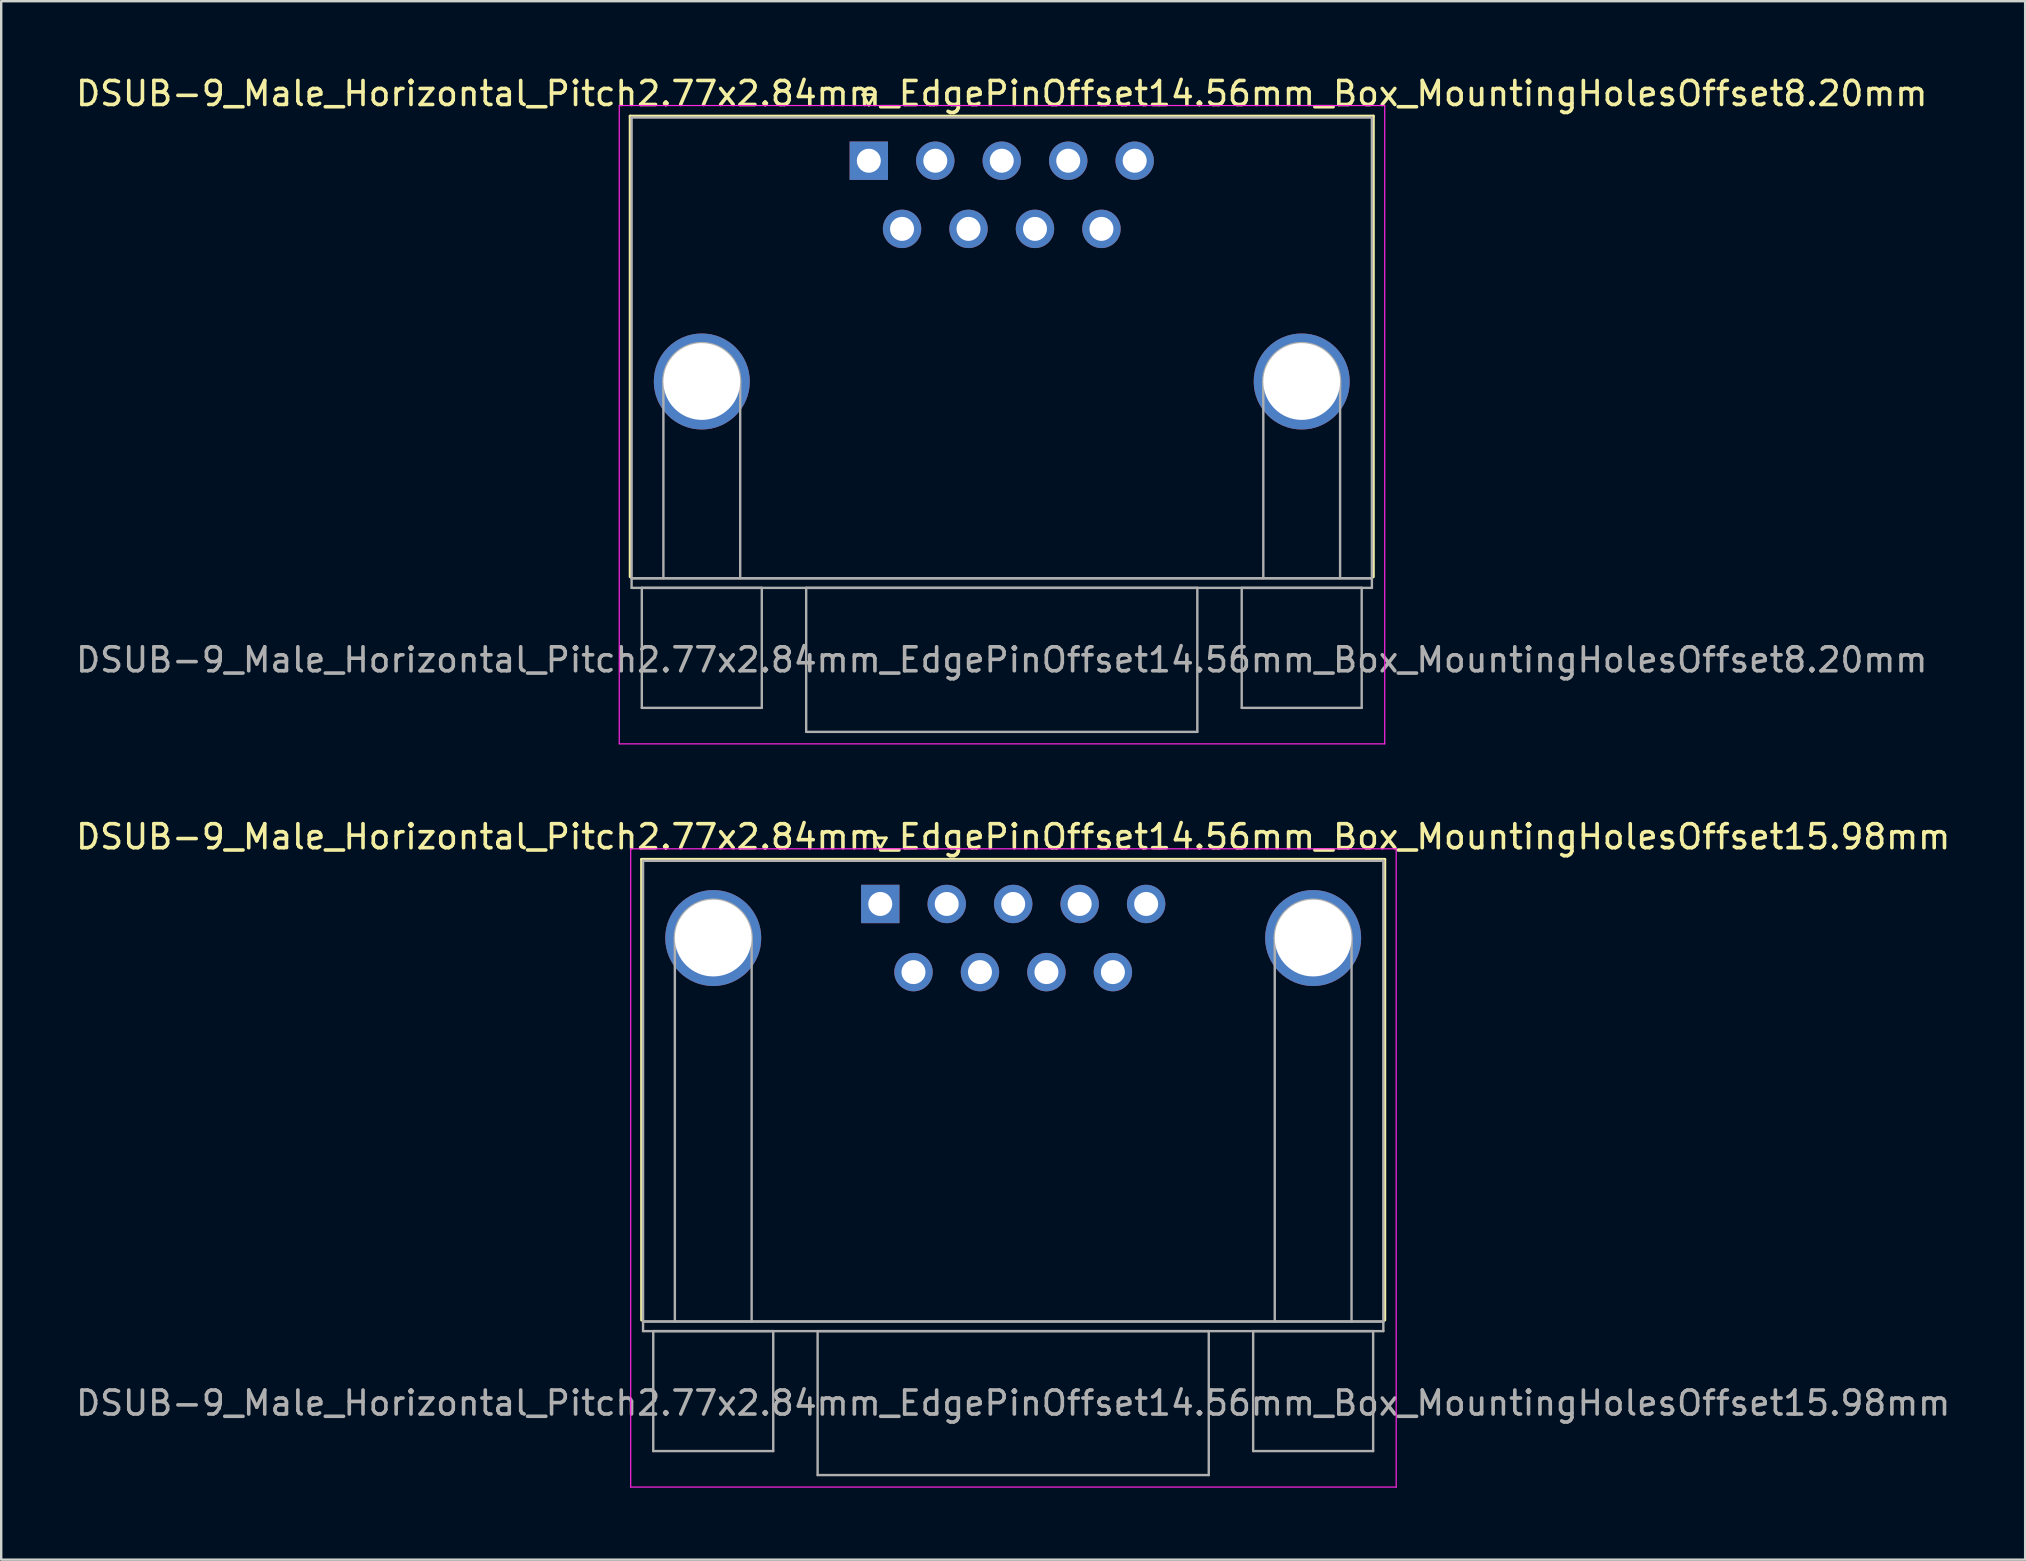
<source format=kicad_pcb>
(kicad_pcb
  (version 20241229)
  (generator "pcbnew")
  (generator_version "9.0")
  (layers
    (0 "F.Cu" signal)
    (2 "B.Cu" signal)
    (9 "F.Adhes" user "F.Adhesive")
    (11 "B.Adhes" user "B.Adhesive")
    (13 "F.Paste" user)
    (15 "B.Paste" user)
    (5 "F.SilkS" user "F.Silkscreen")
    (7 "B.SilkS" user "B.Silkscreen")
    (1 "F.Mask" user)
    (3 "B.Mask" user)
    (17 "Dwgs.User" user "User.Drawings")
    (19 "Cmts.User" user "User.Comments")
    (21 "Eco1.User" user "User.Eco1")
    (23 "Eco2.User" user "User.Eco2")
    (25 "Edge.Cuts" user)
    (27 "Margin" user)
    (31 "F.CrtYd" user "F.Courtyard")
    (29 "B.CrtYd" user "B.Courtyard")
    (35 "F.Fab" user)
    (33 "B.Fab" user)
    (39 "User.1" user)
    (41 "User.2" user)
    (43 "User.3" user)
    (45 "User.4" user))
  (footprint "DSUB-9_Male_Horizontal_Pitch2.77x2.84mm_EdgePinOffset14.56mm_Box_MountingHolesOffset15.98mm"
    (layer "F.Cu")
    (at 33.633 34.621)
    (property "Reference" "DSUB-9_Male_Horizontal_Pitch2.77x2.84mm_EdgePinOffset14.56mm_Box_MountingHolesOffset15.98mm" (at 5.54 -2.8 0) (layer "F.SilkS") (effects (font (size 1 1) (thickness 0.15))))
    (attr through_hole)
    (fp_line (start -9.945 -1.86) (end 21.025 -1.86) (stroke (width 0.12) (type solid)) (layer "F.SilkS"))
    (fp_line (start -9.945 17.34) (end -9.945 -1.86) (stroke (width 0.12) (type solid)) (layer "F.SilkS"))
    (fp_line (start -0.25 -2.754) (end 0.25 -2.754) (stroke (width 0.12) (type solid)) (layer "F.SilkS"))
    (fp_line (start 0 -2.321) (end -0.25 -2.754) (stroke (width 0.12) (type solid)) (layer "F.SilkS"))
    (fp_line (start 0.25 -2.754) (end 0 -2.321) (stroke (width 0.12) (type solid)) (layer "F.SilkS"))
    (fp_line (start 21.025 -1.86) (end 21.025 17.34) (stroke (width 0.12) (type solid)) (layer "F.SilkS"))
    (fp_line (start -10.4 -2.3) (end -10.4 24.3) (stroke (width 0.05) (type solid)) (layer "F.CrtYd"))
    (fp_line (start -10.4 24.3) (end 21.5 24.3) (stroke (width 0.05) (type solid)) (layer "F.CrtYd"))
    (fp_line (start 21.5 -2.3) (end -10.4 -2.3) (stroke (width 0.05) (type solid)) (layer "F.CrtYd"))
    (fp_line (start 21.5 24.3) (end 21.5 -2.3) (stroke (width 0.05) (type solid)) (layer "F.CrtYd"))
    (fp_line (start -9.885 -1.8) (end -9.885 17.4) (stroke (width 0.1) (type solid)) (layer "F.Fab"))
    (fp_line (start -9.885 17.4) (end -9.885 17.8) (stroke (width 0.1) (type solid)) (layer "F.Fab"))
    (fp_line (start -9.885 17.4) (end 20.965 17.4) (stroke (width 0.1) (type solid)) (layer "F.Fab"))
    (fp_line (start -9.885 17.8) (end 20.965 17.8) (stroke (width 0.1) (type solid)) (layer "F.Fab"))
    (fp_line (start -9.46 17.8) (end -9.46 22.8) (stroke (width 0.1) (type solid)) (layer "F.Fab"))
    (fp_line (start -9.46 22.8) (end -4.46 22.8) (stroke (width 0.1) (type solid)) (layer "F.Fab"))
    (fp_line (start -8.56 17.4) (end -8.56 1.42) (stroke (width 0.1) (type solid)) (layer "F.Fab"))
    (fp_line (start -5.36 17.4) (end -5.36 1.42) (stroke (width 0.1) (type solid)) (layer "F.Fab"))
    (fp_line (start -4.46 17.8) (end -9.46 17.8) (stroke (width 0.1) (type solid)) (layer "F.Fab"))
    (fp_line (start -4.46 22.8) (end -4.46 17.8) (stroke (width 0.1) (type solid)) (layer "F.Fab"))
    (fp_line (start -2.61 17.8) (end -2.61 23.8) (stroke (width 0.1) (type solid)) (layer "F.Fab"))
    (fp_line (start -2.61 23.8) (end 13.69 23.8) (stroke (width 0.1) (type solid)) (layer "F.Fab"))
    (fp_line (start 13.69 17.8) (end -2.61 17.8) (stroke (width 0.1) (type solid)) (layer "F.Fab"))
    (fp_line (start 13.69 23.8) (end 13.69 17.8) (stroke (width 0.1) (type solid)) (layer "F.Fab"))
    (fp_line (start 15.54 17.8) (end 15.54 22.8) (stroke (width 0.1) (type solid)) (layer "F.Fab"))
    (fp_line (start 15.54 22.8) (end 20.54 22.8) (stroke (width 0.1) (type solid)) (layer "F.Fab"))
    (fp_line (start 16.44 17.4) (end 16.44 1.42) (stroke (width 0.1) (type solid)) (layer "F.Fab"))
    (fp_line (start 19.64 17.4) (end 19.64 1.42) (stroke (width 0.1) (type solid)) (layer "F.Fab"))
    (fp_line (start 20.54 17.8) (end 15.54 17.8) (stroke (width 0.1) (type solid)) (layer "F.Fab"))
    (fp_line (start 20.54 22.8) (end 20.54 17.8) (stroke (width 0.1) (type solid)) (layer "F.Fab"))
    (fp_line (start 20.965 -1.8) (end -9.885 -1.8) (stroke (width 0.1) (type solid)) (layer "F.Fab"))
    (fp_line (start 20.965 17.4) (end -9.885 17.4) (stroke (width 0.1) (type solid)) (layer "F.Fab"))
    (fp_line (start 20.965 17.4) (end 20.965 -1.8) (stroke (width 0.1) (type solid)) (layer "F.Fab"))
    (fp_line (start 20.965 17.8) (end 20.965 17.4) (stroke (width 0.1) (type solid)) (layer "F.Fab"))
    (fp_arc (start -8.56 1.42) (mid -6.96 -0.18) (end -5.36 1.42) (stroke (width 0.1) (type solid)) (layer "F.Fab"))
    (fp_arc (start 16.44 1.42) (mid 18.04 -0.18) (end 19.64 1.42) (stroke (width 0.1) (type solid)) (layer "F.Fab"))
    (fp_text user "${REFERENCE}" (at 5.54 20.8 0) (layer "F.Fab") (effects (font (size 1 1) (thickness 0.15))))
    (pad "0" thru_hole circle (at -6.96 1.42) (size 4 4) (drill 3.2) (layers "*.Cu" "*.Mask"))
    (pad "0" thru_hole circle (at 18.04 1.42) (size 4 4) (drill 3.2) (layers "*.Cu" "*.Mask"))
    (pad "1" thru_hole rect (at 0 0) (size 1.6 1.6) (drill 1) (layers "*.Cu" "*.Mask"))
    (pad "2" thru_hole circle (at 2.77 0) (size 1.6 1.6) (drill 1) (layers "*.Cu" "*.Mask"))
    (pad "3" thru_hole circle (at 5.54 0) (size 1.6 1.6) (drill 1) (layers "*.Cu" "*.Mask"))
    (pad "4" thru_hole circle (at 8.31 0) (size 1.6 1.6) (drill 1) (layers "*.Cu" "*.Mask"))
    (pad "5" thru_hole circle (at 11.08 0) (size 1.6 1.6) (drill 1) (layers "*.Cu" "*.Mask"))
    (pad "6" thru_hole circle (at 1.385 2.84) (size 1.6 1.6) (drill 1) (layers "*.Cu" "*.Mask"))
    (pad "7" thru_hole circle (at 4.155 2.84) (size 1.6 1.6) (drill 1) (layers "*.Cu" "*.Mask"))
    (pad "8" thru_hole circle (at 6.925 2.84) (size 1.6 1.6) (drill 1) (layers "*.Cu" "*.Mask"))
    (pad "9" thru_hole circle (at 9.695 2.84) (size 1.6 1.6) (drill 1) (layers "*.Cu" "*.Mask")))
  (footprint "DSUB-9_Male_Horizontal_Pitch2.77x2.84mm_EdgePinOffset14.56mm_Box_MountingHolesOffset8.20mm"
    (layer "F.Cu")
    (at 33.156 3.648)
    (property "Reference" "DSUB-9_Male_Horizontal_Pitch2.77x2.84mm_EdgePinOffset14.56mm_Box_MountingHolesOffset8.20mm" (at 5.54 -2.8 0) (layer "F.SilkS") (effects (font (size 1 1) (thickness 0.15))))
    (attr through_hole)
    (fp_line (start -9.945 -1.86) (end 21.025 -1.86) (stroke (width 0.12) (type solid)) (layer "F.SilkS"))
    (fp_line (start -9.945 17.34) (end -9.945 -1.86) (stroke (width 0.12) (type solid)) (layer "F.SilkS"))
    (fp_line (start -0.25 -2.754) (end 0.25 -2.754) (stroke (width 0.12) (type solid)) (layer "F.SilkS"))
    (fp_line (start 0 -2.321) (end -0.25 -2.754) (stroke (width 0.12) (type solid)) (layer "F.SilkS"))
    (fp_line (start 0.25 -2.754) (end 0 -2.321) (stroke (width 0.12) (type solid)) (layer "F.SilkS"))
    (fp_line (start 21.025 -1.86) (end 21.025 17.34) (stroke (width 0.12) (type solid)) (layer "F.SilkS"))
    (fp_line (start -10.4 -2.3) (end -10.4 24.3) (stroke (width 0.05) (type solid)) (layer "F.CrtYd"))
    (fp_line (start -10.4 24.3) (end 21.5 24.3) (stroke (width 0.05) (type solid)) (layer "F.CrtYd"))
    (fp_line (start 21.5 -2.3) (end -10.4 -2.3) (stroke (width 0.05) (type solid)) (layer "F.CrtYd"))
    (fp_line (start 21.5 24.3) (end 21.5 -2.3) (stroke (width 0.05) (type solid)) (layer "F.CrtYd"))
    (fp_line (start -9.885 -1.8) (end -9.885 17.4) (stroke (width 0.1) (type solid)) (layer "F.Fab"))
    (fp_line (start -9.885 17.4) (end -9.885 17.8) (stroke (width 0.1) (type solid)) (layer "F.Fab"))
    (fp_line (start -9.885 17.4) (end 20.965 17.4) (stroke (width 0.1) (type solid)) (layer "F.Fab"))
    (fp_line (start -9.885 17.8) (end 20.965 17.8) (stroke (width 0.1) (type solid)) (layer "F.Fab"))
    (fp_line (start -9.46 17.8) (end -9.46 22.8) (stroke (width 0.1) (type solid)) (layer "F.Fab"))
    (fp_line (start -9.46 22.8) (end -4.46 22.8) (stroke (width 0.1) (type solid)) (layer "F.Fab"))
    (fp_line (start -8.56 17.4) (end -8.56 9.2) (stroke (width 0.1) (type solid)) (layer "F.Fab"))
    (fp_line (start -5.36 17.4) (end -5.36 9.2) (stroke (width 0.1) (type solid)) (layer "F.Fab"))
    (fp_line (start -4.46 17.8) (end -9.46 17.8) (stroke (width 0.1) (type solid)) (layer "F.Fab"))
    (fp_line (start -4.46 22.8) (end -4.46 17.8) (stroke (width 0.1) (type solid)) (layer "F.Fab"))
    (fp_line (start -2.61 17.8) (end -2.61 23.8) (stroke (width 0.1) (type solid)) (layer "F.Fab"))
    (fp_line (start -2.61 23.8) (end 13.69 23.8) (stroke (width 0.1) (type solid)) (layer "F.Fab"))
    (fp_line (start 13.69 17.8) (end -2.61 17.8) (stroke (width 0.1) (type solid)) (layer "F.Fab"))
    (fp_line (start 13.69 23.8) (end 13.69 17.8) (stroke (width 0.1) (type solid)) (layer "F.Fab"))
    (fp_line (start 15.54 17.8) (end 15.54 22.8) (stroke (width 0.1) (type solid)) (layer "F.Fab"))
    (fp_line (start 15.54 22.8) (end 20.54 22.8) (stroke (width 0.1) (type solid)) (layer "F.Fab"))
    (fp_line (start 16.44 17.4) (end 16.44 9.2) (stroke (width 0.1) (type solid)) (layer "F.Fab"))
    (fp_line (start 19.64 17.4) (end 19.64 9.2) (stroke (width 0.1) (type solid)) (layer "F.Fab"))
    (fp_line (start 20.54 17.8) (end 15.54 17.8) (stroke (width 0.1) (type solid)) (layer "F.Fab"))
    (fp_line (start 20.54 22.8) (end 20.54 17.8) (stroke (width 0.1) (type solid)) (layer "F.Fab"))
    (fp_line (start 20.965 -1.8) (end -9.885 -1.8) (stroke (width 0.1) (type solid)) (layer "F.Fab"))
    (fp_line (start 20.965 17.4) (end -9.885 17.4) (stroke (width 0.1) (type solid)) (layer "F.Fab"))
    (fp_line (start 20.965 17.4) (end 20.965 -1.8) (stroke (width 0.1) (type solid)) (layer "F.Fab"))
    (fp_line (start 20.965 17.8) (end 20.965 17.4) (stroke (width 0.1) (type solid)) (layer "F.Fab"))
    (fp_arc (start -8.56 9.2) (mid -6.96 7.6) (end -5.36 9.2) (stroke (width 0.1) (type solid)) (layer "F.Fab"))
    (fp_arc (start 16.44 9.2) (mid 18.04 7.6) (end 19.64 9.2) (stroke (width 0.1) (type solid)) (layer "F.Fab"))
    (fp_text user "${REFERENCE}" (at 5.54 20.8 0) (layer "F.Fab") (effects (font (size 1 1) (thickness 0.15))))
    (pad "0" thru_hole circle (at -6.96 9.2) (size 4 4) (drill 3.2) (layers "*.Cu" "*.Mask"))
    (pad "0" thru_hole circle (at 18.04 9.2) (size 4 4) (drill 3.2) (layers "*.Cu" "*.Mask"))
    (pad "1" thru_hole rect (at 0 0) (size 1.6 1.6) (drill 1) (layers "*.Cu" "*.Mask"))
    (pad "2" thru_hole circle (at 2.77 0) (size 1.6 1.6) (drill 1) (layers "*.Cu" "*.Mask"))
    (pad "3" thru_hole circle (at 5.54 0) (size 1.6 1.6) (drill 1) (layers "*.Cu" "*.Mask"))
    (pad "4" thru_hole circle (at 8.31 0) (size 1.6 1.6) (drill 1) (layers "*.Cu" "*.Mask"))
    (pad "5" thru_hole circle (at 11.08 0) (size 1.6 1.6) (drill 1) (layers "*.Cu" "*.Mask"))
    (pad "6" thru_hole circle (at 1.385 2.84) (size 1.6 1.6) (drill 1) (layers "*.Cu" "*.Mask"))
    (pad "7" thru_hole circle (at 4.155 2.84) (size 1.6 1.6) (drill 1) (layers "*.Cu" "*.Mask"))
    (pad "8" thru_hole circle (at 6.925 2.84) (size 1.6 1.6) (drill 1) (layers "*.Cu" "*.Mask"))
    (pad "9" thru_hole circle (at 9.695 2.84) (size 1.6 1.6) (drill 1) (layers "*.Cu" "*.Mask")))
  (gr_rect
    (start -3 -3)
    (end 81.345 61.947)
    (stroke (width 0.1) (type default))
    (fill no)
    (layer "Edge.Cuts")))
</source>
